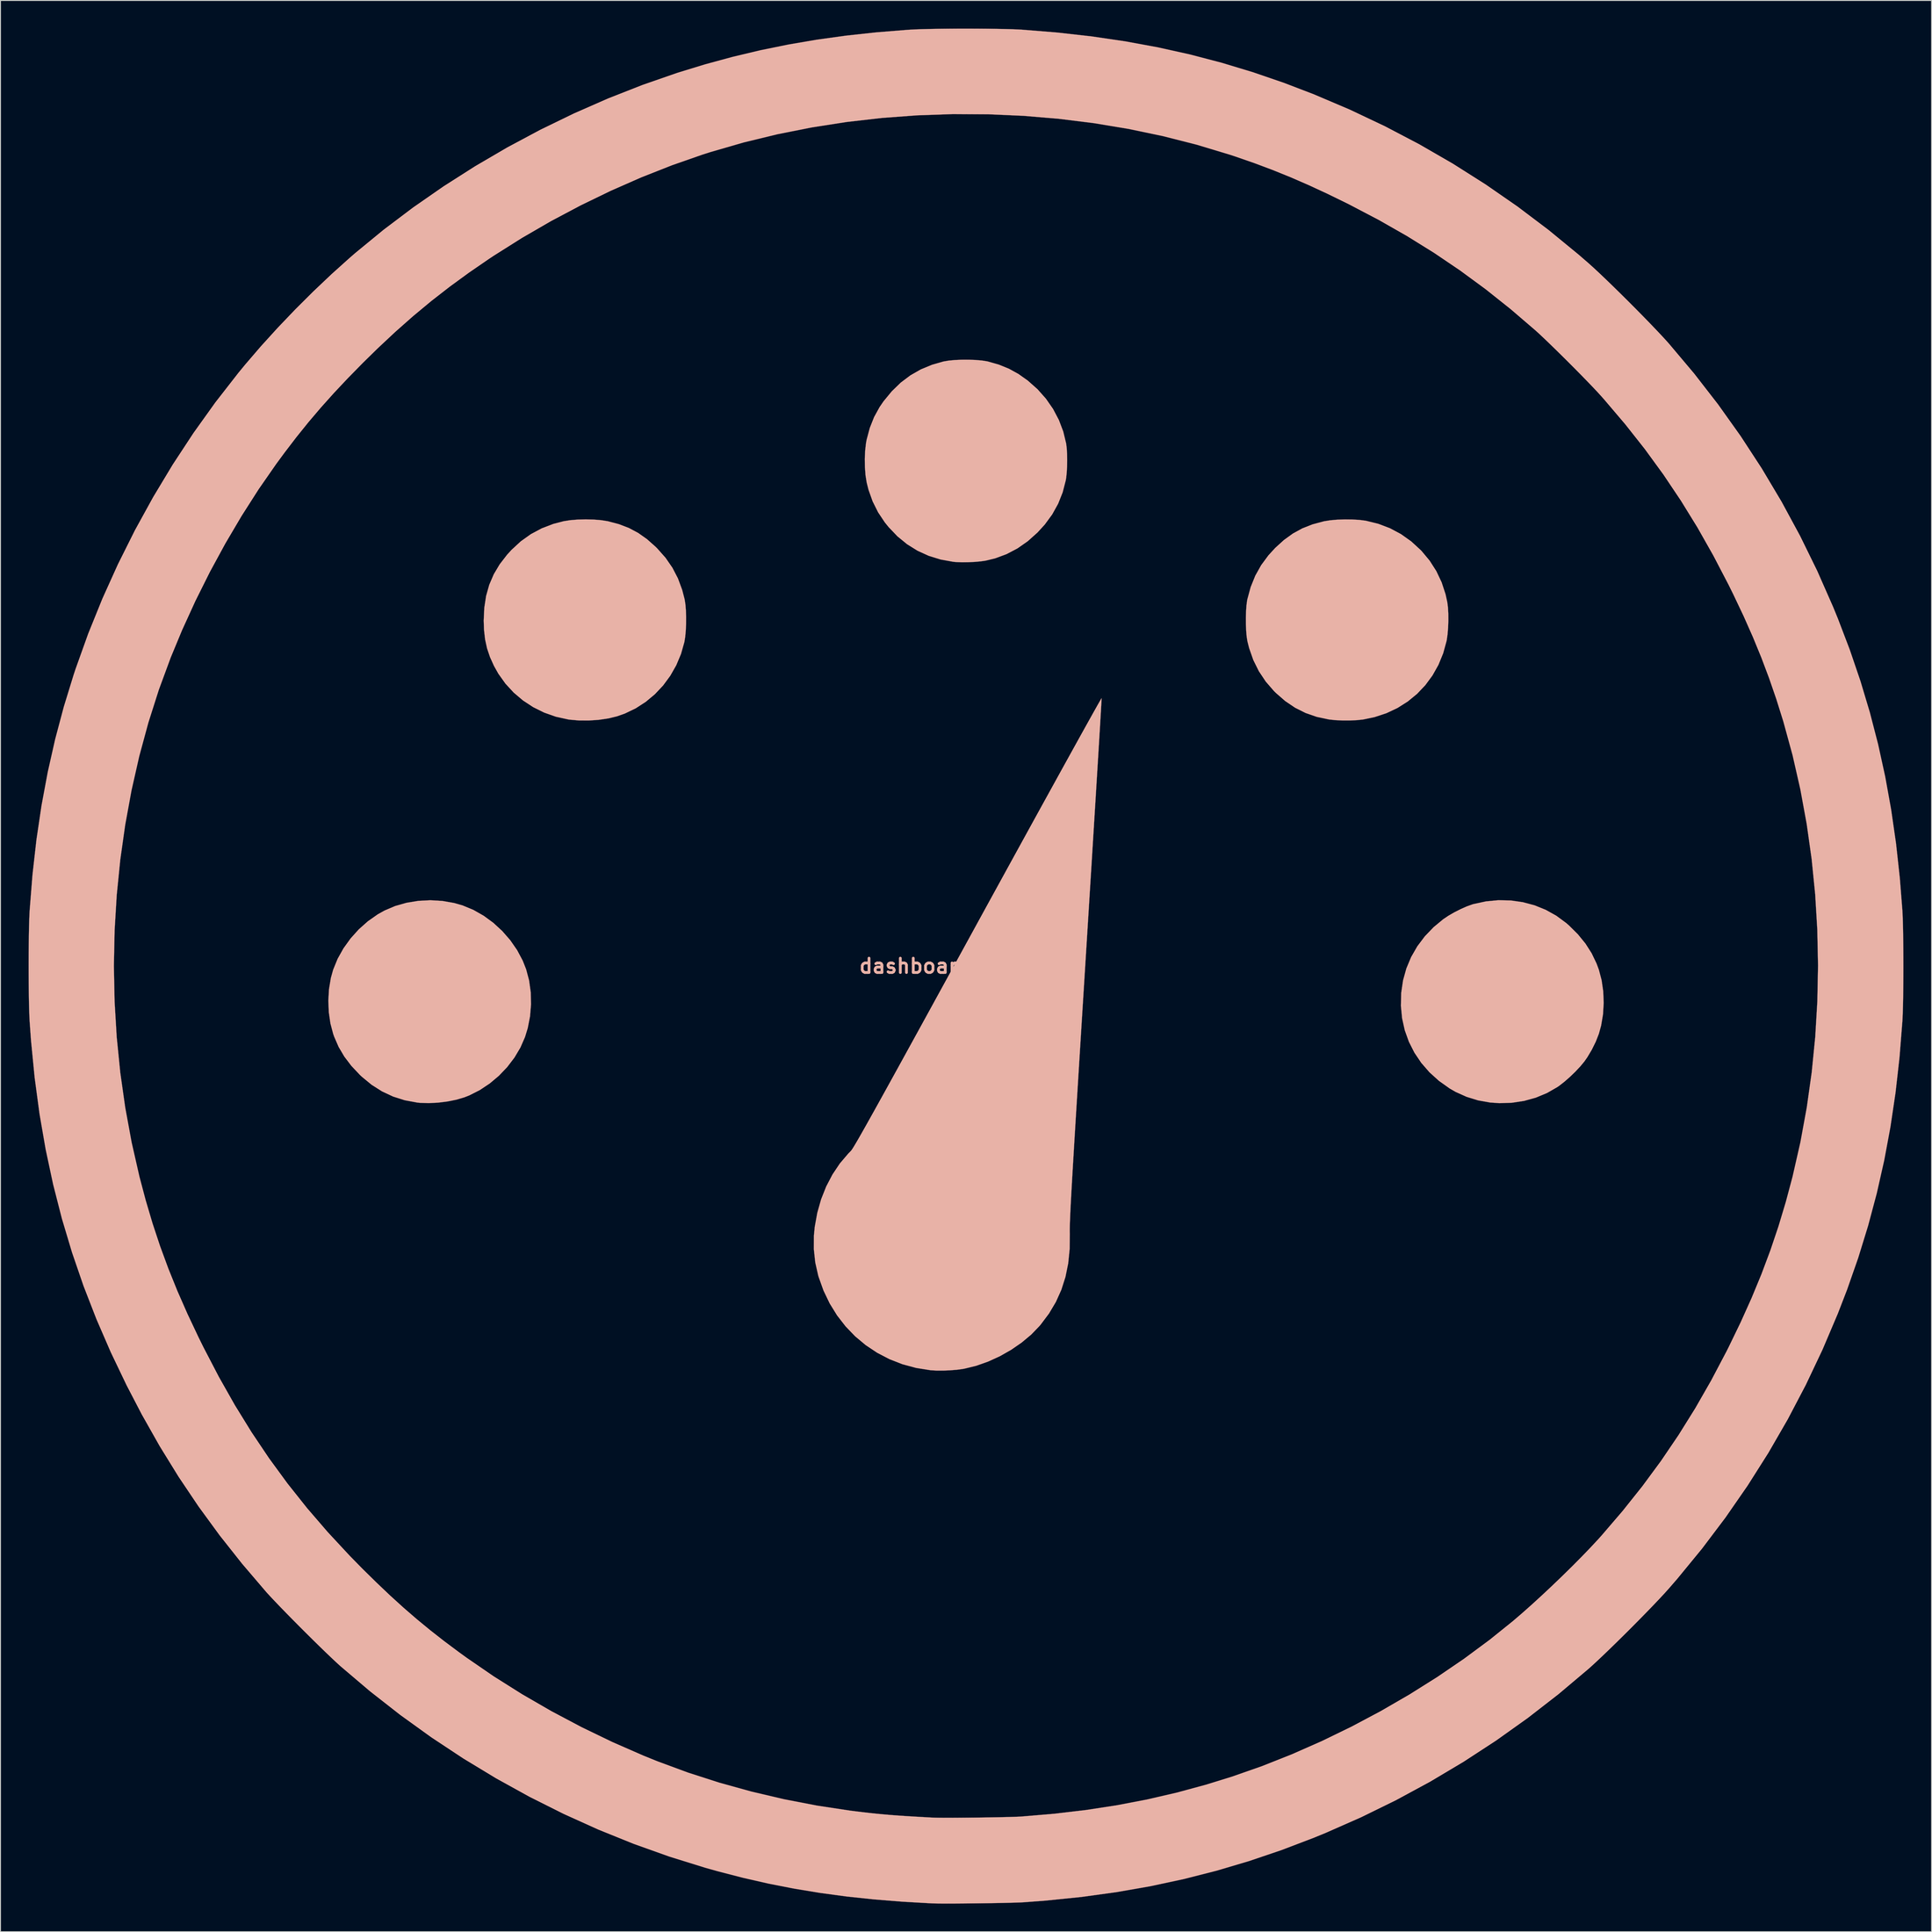
<source format=kicad_pcb>
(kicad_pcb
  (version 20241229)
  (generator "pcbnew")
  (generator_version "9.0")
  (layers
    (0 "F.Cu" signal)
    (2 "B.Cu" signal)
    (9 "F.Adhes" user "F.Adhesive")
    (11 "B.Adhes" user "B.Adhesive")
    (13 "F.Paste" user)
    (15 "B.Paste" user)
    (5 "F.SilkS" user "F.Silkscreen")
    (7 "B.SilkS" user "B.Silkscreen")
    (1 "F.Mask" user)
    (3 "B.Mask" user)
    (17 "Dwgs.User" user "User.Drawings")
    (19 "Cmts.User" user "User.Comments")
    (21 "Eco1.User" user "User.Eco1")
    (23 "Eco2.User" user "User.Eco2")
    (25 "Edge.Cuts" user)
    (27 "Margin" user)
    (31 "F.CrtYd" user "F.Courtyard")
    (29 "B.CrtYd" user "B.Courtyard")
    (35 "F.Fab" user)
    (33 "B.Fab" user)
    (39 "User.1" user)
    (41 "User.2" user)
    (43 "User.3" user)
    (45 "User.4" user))
  (footprint "dashboard_20x20_B"
    (layer "F.Cu")
    (at 99.948 99.95)
    (property "Reference" "dashboard_20x20_B" (at 0 0 0) (layer "B.SilkS") (effects (font (size 1.524 1.524) (thickness 0.3))))
    (attr through_hole)
    (fp_poly (pts (xy -55.828 -6.938) (xy -54.576 -6.718) (xy -53.679 -6.461) (xy -52.527 -5.984) (xy -51.425 -5.357) (xy -50.392 -4.599) (xy -49.443 -3.725) (xy -48.595 -2.752) (xy -47.864 -1.697) (xy -47.268 -0.577) (xy -46.903 0.345) (xy -46.587 1.533) (xy -46.412 2.784) (xy -46.378 4.068) (xy -46.484 5.355) (xy -46.73 6.616) (xy -47.02 7.566) (xy -47.51 8.688) (xy -48.149 9.763) (xy -48.918 10.771) (xy -49.8 11.695) (xy -50.777 12.517) (xy -51.831 13.22) (xy -52.944 13.785) (xy -53.49 14) (xy -54.341 14.252) (xy -55.295 14.443) (xy -56.297 14.567) (xy -57.289 14.617) (xy -58.215 14.588) (xy -58.518 14.557) (xy -59.837 14.313) (xy -61.085 13.917) (xy -62.263 13.366) (xy -63.375 12.661) (xy -64.423 11.798) (xy -64.63 11.603) (xy -65.535 10.642) (xy -66.283 9.657) (xy -66.89 8.628) (xy -67.366 7.534) (xy -67.471 7.237) (xy -67.767 6.116) (xy -67.94 4.92) (xy -67.99 3.689) (xy -67.917 2.462) (xy -67.72 1.28) (xy -67.473 0.391) (xy -66.998 -0.77) (xy -66.373 -1.888) (xy -65.615 -2.94) (xy -64.744 -3.908) (xy -63.775 -4.77) (xy -62.727 -5.507) (xy -61.991 -5.919) (xy -60.858 -6.399) (xy -59.65 -6.743) (xy -58.391 -6.948) (xy -57.108 -7.014) (xy -55.828 -6.938)) (stroke (width 0.01) (type solid)) (fill yes) (layer "B.SilkS"))
    (fp_poly (pts (xy 58.085 -6.989) (xy 59.374 -6.805) (xy 60.622 -6.471) (xy 61.815 -5.988) (xy 62.941 -5.36) (xy 63.986 -4.59) (xy 64.28 -4.334) (xy 65.241 -3.38) (xy 66.044 -2.395) (xy 66.703 -1.363) (xy 67.229 -0.266) (xy 67.473 0.391) (xy 67.769 1.509) (xy 67.941 2.703) (xy 67.99 3.934) (xy 67.916 5.161) (xy 67.718 6.345) (xy 67.471 7.237) (xy 67.143 8.072) (xy 66.72 8.929) (xy 66.24 9.734) (xy 65.931 10.175) (xy 65.503 10.693) (xy 64.978 11.253) (xy 64.4 11.812) (xy 63.811 12.328) (xy 63.255 12.763) (xy 63.048 12.906) (xy 61.939 13.542) (xy 60.749 14.035) (xy 59.496 14.382) (xy 58.195 14.579) (xy 56.865 14.621) (xy 55.867 14.551) (xy 54.6 14.325) (xy 53.37 13.945) (xy 52.206 13.422) (xy 51.564 13.052) (xy 50.424 12.241) (xy 49.416 11.33) (xy 48.544 10.327) (xy 47.812 9.24) (xy 47.224 8.079) (xy 46.784 6.852) (xy 46.498 5.568) (xy 46.37 4.236) (xy 46.404 2.865) (xy 46.405 2.851) (xy 46.6 1.527) (xy 46.955 0.254) (xy 47.463 -0.958) (xy 48.12 -2.101) (xy 48.921 -3.166) (xy 49.861 -4.145) (xy 50.88 -4.988) (xy 51.425 -5.355) (xy 52.059 -5.722) (xy 52.731 -6.063) (xy 53.388 -6.354) (xy 53.979 -6.567) (xy 54.102 -6.604) (xy 55.436 -6.891) (xy 56.768 -7.018) (xy 58.085 -6.989)) (stroke (width 0.01) (type solid)) (fill yes) (layer "B.SilkS"))
    (fp_poly (pts (xy -39.688 -47.602) (xy -38.887 -47.535) (xy -38.201 -47.426) (xy -37.015 -47.114) (xy -35.943 -46.703) (xy -34.955 -46.176) (xy -34.021 -45.518) (xy -33.109 -44.71) (xy -32.925 -44.527) (xy -32.04 -43.529) (xy -31.308 -42.47) (xy -30.718 -41.335) (xy -30.264 -40.107) (xy -30.001 -39.096) (xy -29.919 -38.575) (xy -29.866 -37.934) (xy -29.842 -37.22) (xy -29.846 -36.478) (xy -29.879 -35.756) (xy -29.939 -35.1) (xy -30.026 -34.557) (xy -30.029 -34.544) (xy -30.389 -33.275) (xy -30.894 -32.072) (xy -31.533 -30.949) (xy -32.295 -29.916) (xy -33.17 -28.985) (xy -34.148 -28.169) (xy -35.216 -27.478) (xy -36.367 -26.924) (xy -37.197 -26.63) (xy -38.12 -26.404) (xy -39.143 -26.252) (xy -40.212 -26.176) (xy -41.27 -26.181) (xy -42.264 -26.269) (xy -42.418 -26.292) (xy -43.727 -26.581) (xy -44.973 -27.02) (xy -46.146 -27.601) (xy -47.233 -28.314) (xy -48.222 -29.151) (xy -49.101 -30.104) (xy -49.859 -31.165) (xy -50.33 -32.004) (xy -50.755 -32.947) (xy -51.067 -33.873) (xy -51.275 -34.826) (xy -51.391 -35.849) (xy -51.423 -36.83) (xy -51.361 -38.196) (xy -51.166 -39.466) (xy -50.83 -40.653) (xy -50.35 -41.77) (xy -49.72 -42.83) (xy -48.935 -43.847) (xy -48.453 -44.375) (xy -47.465 -45.285) (xy -46.395 -46.047) (xy -45.239 -46.665) (xy -43.993 -47.141) (xy -42.903 -47.425) (xy -42.206 -47.536) (xy -41.402 -47.602) (xy -40.544 -47.624) (xy -39.688 -47.602)) (stroke (width 0.01) (type solid)) (fill yes) (layer "B.SilkS"))
    (fp_poly (pts (xy 1.008 -64.62) (xy 1.679 -64.563) (xy 2.239 -64.476) (xy 2.328 -64.456) (xy 3.507 -64.119) (xy 4.579 -63.683) (xy 5.586 -63.127) (xy 6.57 -62.432) (xy 6.601 -62.407) (xy 7.625 -61.498) (xy 8.521 -60.489) (xy 9.282 -59.393) (xy 9.9 -58.22) (xy 10.369 -56.984) (xy 10.677 -55.711) (xy 10.739 -55.216) (xy 10.775 -54.605) (xy 10.786 -53.93) (xy 10.774 -53.241) (xy 10.737 -52.59) (xy 10.677 -52.028) (xy 10.638 -51.793) (xy 10.304 -50.505) (xy 9.822 -49.293) (xy 9.187 -48.15) (xy 8.397 -47.073) (xy 7.623 -46.225) (xy 6.59 -45.301) (xy 5.493 -44.534) (xy 4.334 -43.924) (xy 3.114 -43.471) (xy 2.101 -43.224) (xy 1.568 -43.146) (xy 0.932 -43.089) (xy 0.249 -43.056) (xy -0.421 -43.048) (xy -1.022 -43.069) (xy -1.355 -43.099) (xy -2.707 -43.344) (xy -3.98 -43.739) (xy -5.17 -44.281) (xy -6.279 -44.972) (xy -7.306 -45.811) (xy -8.249 -46.798) (xy -8.657 -47.304) (xy -9.37 -48.373) (xy -9.953 -49.539) (xy -10.395 -50.782) (xy -10.591 -51.562) (xy -10.711 -52.315) (xy -10.777 -53.169) (xy -10.792 -54.065) (xy -10.753 -54.945) (xy -10.662 -55.751) (xy -10.596 -56.111) (xy -10.257 -57.374) (xy -9.799 -58.529) (xy -9.212 -59.597) (xy -8.794 -60.207) (xy -7.908 -61.282) (xy -6.956 -62.205) (xy -5.928 -62.979) (xy -4.817 -63.613) (xy -3.613 -64.11) (xy -2.413 -64.454) (xy -1.874 -64.547) (xy -1.216 -64.611) (xy -0.486 -64.644) (xy 0.271 -64.647) (xy 1.008 -64.62)) (stroke (width 0.01) (type solid)) (fill yes) (layer "B.SilkS"))
    (fp_poly (pts (xy 41.185 -47.611) (xy 41.942 -47.566) (xy 42.597 -47.482) (xy 42.635 -47.475) (xy 43.962 -47.149) (xy 45.211 -46.673) (xy 46.38 -46.048) (xy 47.469 -45.274) (xy 48.476 -44.351) (xy 48.576 -44.247) (xy 49.431 -43.222) (xy 50.145 -42.107) (xy 50.712 -40.91) (xy 51.129 -39.641) (xy 51.318 -38.777) (xy 51.388 -38.216) (xy 51.424 -37.541) (xy 51.428 -36.806) (xy 51.4 -36.062) (xy 51.343 -35.363) (xy 51.257 -34.761) (xy 51.235 -34.651) (xy 50.875 -33.342) (xy 50.372 -32.116) (xy 49.735 -30.982) (xy 48.971 -29.946) (xy 48.09 -29.018) (xy 47.099 -28.206) (xy 46.008 -27.516) (xy 44.825 -26.958) (xy 43.559 -26.54) (xy 42.333 -26.285) (xy 41.672 -26.214) (xy 40.91 -26.179) (xy 40.115 -26.181) (xy 39.351 -26.218) (xy 38.684 -26.292) (xy 38.671 -26.294) (xy 37.392 -26.568) (xy 36.201 -26.982) (xy 35.085 -27.542) (xy 34.034 -28.253) (xy 33.036 -29.122) (xy 32.836 -29.32) (xy 31.964 -30.326) (xy 31.229 -31.428) (xy 30.636 -32.622) (xy 30.187 -33.902) (xy 30.004 -34.629) (xy 29.926 -35.117) (xy 29.873 -35.726) (xy 29.843 -36.41) (xy 29.839 -37.122) (xy 29.858 -37.817) (xy 29.903 -38.449) (xy 29.972 -38.972) (xy 29.995 -39.09) (xy 30.353 -40.404) (xy 30.843 -41.616) (xy 31.472 -42.741) (xy 32.247 -43.79) (xy 32.972 -44.581) (xy 33.899 -45.423) (xy 34.851 -46.111) (xy 35.855 -46.661) (xy 36.942 -47.089) (xy 38.14 -47.411) (xy 38.201 -47.424) (xy 38.833 -47.525) (xy 39.576 -47.591) (xy 40.378 -47.619) (xy 41.185 -47.611)) (stroke (width 0.01) (type solid)) (fill yes) (layer "B.SilkS"))
    (fp_poly (pts (xy 14.456 -28.463) (xy 14.443 -28.205) (xy 14.419 -27.791) (xy 14.386 -27.226) (xy 14.344 -26.517) (xy 14.294 -25.671) (xy 14.235 -24.694) (xy 14.168 -23.591) (xy 14.094 -22.371) (xy 14.012 -21.037) (xy 13.924 -19.598) (xy 13.83 -18.058) (xy 13.729 -16.426) (xy 13.623 -14.706) (xy 13.512 -12.905) (xy 13.396 -11.029) (xy 13.275 -9.085) (xy 13.15 -7.08) (xy 13.022 -5.018) (xy 12.891 -2.907) (xy 12.756 -0.752) (xy 12.752 -0.677) (xy 12.589 1.925) (xy 12.437 4.364) (xy 12.295 6.645) (xy 12.163 8.774) (xy 12.04 10.756) (xy 11.926 12.597) (xy 11.821 14.302) (xy 11.724 15.877) (xy 11.636 17.327) (xy 11.555 18.659) (xy 11.482 19.877) (xy 11.416 20.988) (xy 11.356 21.996) (xy 11.304 22.907) (xy 11.257 23.728) (xy 11.216 24.462) (xy 11.181 25.117) (xy 11.151 25.697) (xy 11.126 26.208) (xy 11.106 26.656) (xy 11.09 27.047) (xy 11.078 27.385) (xy 11.069 27.676) (xy 11.064 27.926) (xy 11.062 28.141) (xy 11.062 28.325) (xy 11.065 28.486) (xy 11.067 28.536) (xy 11.051 30.164) (xy 10.897 31.698) (xy 10.603 33.146) (xy 10.166 34.515) (xy 9.583 35.812) (xy 8.852 37.044) (xy 7.971 38.218) (xy 7.836 38.379) (xy 6.954 39.293) (xy 5.936 40.145) (xy 4.812 40.92) (xy 3.609 41.603) (xy 2.354 42.176) (xy 1.077 42.626) (xy -0.196 42.936) (xy -0.356 42.964) (xy -0.985 43.048) (xy -1.702 43.106) (xy -2.443 43.136) (xy -3.148 43.134) (xy -3.753 43.099) (xy -3.789 43.095) (xy -5.312 42.853) (xy -6.772 42.459) (xy -8.16 41.917) (xy -9.468 41.237) (xy -10.689 40.423) (xy -11.814 39.484) (xy -12.834 38.425) (xy -13.743 37.255) (xy -14.532 35.979) (xy -15.192 34.604) (xy -15.716 33.138) (xy -15.761 32.986) (xy -16.072 31.606) (xy -16.224 30.183) (xy -16.216 28.735) (xy -16.128 27.819) (xy -15.856 26.314) (xy -15.446 24.871) (xy -14.904 23.504) (xy -14.236 22.227) (xy -13.45 21.053) (xy -12.55 19.995) (xy -12.286 19.727) (xy -12.239 19.673) (xy -12.173 19.582) (xy -12.085 19.449) (xy -11.973 19.271) (xy -11.835 19.042) (xy -11.667 18.759) (xy -11.468 18.416) (xy -11.235 18.009) (xy -10.965 17.533) (xy -10.655 16.984) (xy -10.305 16.358) (xy -9.909 15.65) (xy -9.467 14.855) (xy -8.976 13.969) (xy -8.433 12.988) (xy -7.836 11.906) (xy -7.182 10.719) (xy -6.469 9.423) (xy -5.694 8.014) (xy -4.854 6.486) (xy -3.948 4.835) (xy -2.973 3.057) (xy -1.925 1.147) (xy -0.803 -0.9) (xy 0.396 -3.087) (xy 1.27 -4.683) (xy 2.299 -6.561) (xy 3.308 -8.399) (xy 4.292 -10.193) (xy 5.25 -11.937) (xy 6.177 -13.624) (xy 7.071 -15.251) (xy 7.929 -16.81) (xy 8.749 -18.297) (xy 9.526 -19.707) (xy 10.257 -21.033) (xy 10.941 -22.27) (xy 11.573 -23.413) (xy 12.151 -24.457) (xy 12.672 -25.395) (xy 13.133 -26.223) (xy 13.53 -26.934) (xy 13.861 -27.524) (xy 14.122 -27.987) (xy 14.311 -28.317) (xy 14.424 -28.509) (xy 14.46 -28.559) (xy 14.456 -28.463)) (stroke (width 0.01) (type solid)) (fill yes) (layer "B.SilkS"))
    (fp_poly (pts (xy 1.202 -99.942) (xy 2.226 -99.935) (xy 3.196 -99.923) (xy 4.089 -99.906) (xy 4.88 -99.885) (xy 5.544 -99.859) (xy 5.927 -99.838) (xy 9.716 -99.532) (xy 13.389 -99.119) (xy 16.961 -98.594) (xy 20.449 -97.953) (xy 23.869 -97.194) (xy 27.238 -96.313) (xy 30.572 -95.305) (xy 33.888 -94.168) (xy 37.056 -92.955) (xy 40.9 -91.321) (xy 44.658 -89.541) (xy 48.327 -87.617) (xy 51.907 -85.549) (xy 55.397 -83.337) (xy 58.798 -80.982) (xy 62.107 -78.484) (xy 65.325 -75.844) (xy 66.351 -74.955) (xy 66.871 -74.488) (xy 67.487 -73.916) (xy 68.18 -73.257) (xy 68.93 -72.532) (xy 69.719 -71.759) (xy 70.528 -70.957) (xy 71.337 -70.146) (xy 72.128 -69.344) (xy 72.881 -68.57) (xy 73.577 -67.845) (xy 74.197 -67.186) (xy 74.723 -66.613) (xy 74.955 -66.351) (xy 77.641 -63.164) (xy 80.185 -59.884) (xy 82.587 -56.512) (xy 84.846 -53.05) (xy 86.962 -49.497) (xy 88.933 -45.856) (xy 90.76 -42.127) (xy 92.442 -38.31) (xy 92.956 -37.056) (xy 94.227 -33.725) (xy 95.364 -30.389) (xy 96.37 -27.032) (xy 97.249 -23.639) (xy 98.005 -20.193) (xy 98.64 -16.677) (xy 99.159 -13.077) (xy 99.565 -9.375) (xy 99.838 -5.927) (xy 99.867 -5.366) (xy 99.891 -4.661) (xy 99.911 -3.837) (xy 99.926 -2.917) (xy 99.937 -1.927) (xy 99.943 -0.892) (xy 99.945 0.165) (xy 99.942 1.217) (xy 99.934 2.24) (xy 99.922 3.211) (xy 99.905 4.102) (xy 99.883 4.891) (xy 99.857 5.553) (xy 99.838 5.884) (xy 99.531 9.745) (xy 99.108 13.494) (xy 98.565 17.148) (xy 97.899 20.721) (xy 97.106 24.23) (xy 96.183 27.689) (xy 95.128 31.113) (xy 93.936 34.518) (xy 92.955 37.056) (xy 91.321 40.9) (xy 89.541 44.657) (xy 87.616 48.327) (xy 85.548 51.908) (xy 83.335 55.4) (xy 80.979 58.801) (xy 78.481 62.111) (xy 75.841 65.329) (xy 74.955 66.351) (xy 74.488 66.871) (xy 73.916 67.487) (xy 73.257 68.18) (xy 72.532 68.93) (xy 71.759 69.719) (xy 70.957 70.528) (xy 70.146 71.337) (xy 69.344 72.128) (xy 68.57 72.881) (xy 67.845 73.577) (xy 67.186 74.197) (xy 66.613 74.723) (xy 66.351 74.955) (xy 63.166 77.639) (xy 59.886 80.183) (xy 56.512 82.586) (xy 53.047 84.846) (xy 49.492 86.963) (xy 45.85 88.935) (xy 42.12 90.763) (xy 38.306 92.444) (xy 37.056 92.955) (xy 33.624 94.263) (xy 30.183 95.429) (xy 26.717 96.457) (xy 23.213 97.35) (xy 19.654 98.113) (xy 16.025 98.747) (xy 12.312 99.258) (xy 8.5 99.647) (xy 6.138 99.825) (xy 5.784 99.843) (xy 5.286 99.86) (xy 4.667 99.877) (xy 3.951 99.894) (xy 3.162 99.909) (xy 2.321 99.922) (xy 1.452 99.934) (xy 0.578 99.944) (xy -0.278 99.952) (xy -1.092 99.957) (xy -1.843 99.959) (xy -2.505 99.958) (xy -3.058 99.954) (xy -3.476 99.946) (xy -3.641 99.941) (xy -6.803 99.76) (xy -9.83 99.516) (xy -12.746 99.206) (xy -15.573 98.824) (xy -18.336 98.368) (xy -21.057 97.835) (xy -23.759 97.219) (xy -26.468 96.518) (xy -27.793 96.146) (xy -31.641 94.949) (xy -35.445 93.591) (xy -39.199 92.074) (xy -42.898 90.403) (xy -46.533 88.581) (xy -50.1 86.61) (xy -53.591 84.496) (xy -57.001 82.241) (xy -60.323 79.848) (xy -63.551 77.322) (xy -66.679 74.666) (xy -66.717 74.632) (xy -67.135 74.252) (xy -67.651 73.768) (xy -68.247 73.198) (xy -68.905 72.56) (xy -69.606 71.872) (xy -70.332 71.152) (xy -71.066 70.419) (xy -71.788 69.691) (xy -72.481 68.986) (xy -73.125 68.322) (xy -73.704 67.718) (xy -74.199 67.192) (xy -74.592 66.762) (xy -74.631 66.717) (xy -77.178 63.734) (xy -79.573 60.708) (xy -81.829 57.621) (xy -83.956 54.456) (xy -85.969 51.193) (xy -87.878 47.815) (xy -89.497 44.704) (xy -91.184 41.179) (xy -92.714 37.651) (xy -94.091 34.108) (xy -95.317 30.538) (xy -96.397 26.931) (xy -97.332 23.275) (xy -98.126 19.559) (xy -98.782 15.771) (xy -99.302 11.9) (xy -99.69 7.935) (xy -99.838 5.884) (xy -99.867 5.309) (xy -99.891 4.589) (xy -99.911 3.751) (xy -99.926 2.819) (xy -99.936 1.818) (xy -99.942 0.774) (xy -99.943 -0.01) (xy -90.856 -0.01) (xy -90.781 3.783) (xy -90.555 7.571) (xy -90.177 11.345) (xy -89.646 15.094) (xy -88.962 18.811) (xy -88.134 22.449) (xy -87.461 24.989) (xy -86.731 27.449) (xy -85.932 29.86) (xy -85.053 32.25) (xy -84.084 34.649) (xy -83.012 37.087) (xy -81.828 39.593) (xy -81.311 40.64) (xy -79.665 43.801) (xy -77.959 46.817) (xy -76.177 49.706) (xy -74.309 52.488) (xy -72.341 55.178) (xy -70.26 57.796) (xy -68.053 60.358) (xy -65.708 62.883) (xy -64.351 64.267) (xy -62.833 65.76) (xy -61.381 67.138) (xy -59.965 68.424) (xy -58.556 69.643) (xy -57.124 70.82) (xy -55.642 71.98) (xy -54.08 73.147) (xy -53.25 73.749) (xy -50.356 75.737) (xy -47.331 77.643) (xy -44.198 79.454) (xy -40.98 81.158) (xy -37.702 82.742) (xy -34.386 84.193) (xy -32.893 84.797) (xy -29.648 85.996) (xy -26.302 87.073) (xy -22.877 88.023) (xy -19.397 88.84) (xy -15.883 89.518) (xy -12.359 90.053) (xy -11.811 90.122) (xy -11.003 90.22) (xy -10.249 90.307) (xy -9.522 90.383) (xy -8.797 90.452) (xy -8.047 90.516) (xy -7.248 90.576) (xy -6.372 90.635) (xy -5.395 90.694) (xy -4.289 90.757) (xy -3.556 90.797) (xy -3.248 90.807) (xy -2.793 90.814) (xy -2.214 90.816) (xy -1.535 90.816) (xy -0.779 90.812) (xy 0.033 90.806) (xy 0.876 90.798) (xy 1.728 90.787) (xy 2.567 90.774) (xy 3.368 90.76) (xy 4.11 90.744) (xy 4.769 90.727) (xy 5.323 90.71) (xy 5.749 90.692) (xy 5.927 90.681) (xy 9.421 90.385) (xy 12.799 89.987) (xy 16.081 89.483) (xy 19.288 88.869) (xy 22.443 88.141) (xy 25.565 87.295) (xy 28.363 86.43) (xy 31.555 85.312) (xy 34.756 84.043) (xy 37.948 82.635) (xy 41.111 81.097) (xy 44.227 79.44) (xy 47.277 77.675) (xy 50.241 75.812) (xy 53.102 73.861) (xy 55.84 71.834) (xy 58.293 69.86) (xy 59.26 69.032) (xy 60.294 68.114) (xy 61.37 67.13) (xy 62.467 66.103) (xy 63.559 65.054) (xy 64.624 64.009) (xy 65.636 62.988) (xy 66.574 62.015) (xy 67.413 61.113) (xy 67.763 60.724) (xy 70.011 58.103) (xy 72.119 55.459) (xy 74.102 52.768) (xy 75.974 50.008) (xy 77.753 47.156) (xy 79.452 44.19) (xy 81.087 41.087) (xy 81.312 40.64) (xy 82.599 37.981) (xy 83.763 35.394) (xy 84.815 32.848) (xy 85.765 30.314) (xy 86.626 27.76) (xy 87.409 25.158) (xy 88.125 22.476) (xy 88.138 22.423) (xy 88.968 18.777) (xy 89.646 15.076) (xy 90.173 11.331) (xy 90.548 7.554) (xy 90.772 3.756) (xy 90.845 -0.053) (xy 90.768 -3.859) (xy 90.541 -7.654) (xy 90.163 -11.424) (xy 89.635 -15.159) (xy 88.958 -18.848) (xy 88.131 -22.479) (xy 87.155 -26.042) (xy 87.123 -26.148) (xy 86.401 -28.451) (xy 85.631 -30.685) (xy 84.801 -32.887) (xy 83.896 -35.09) (xy 82.903 -37.328) (xy 81.808 -39.636) (xy 81.312 -40.64) (xy 79.681 -43.769) (xy 77.989 -46.759) (xy 76.218 -49.63) (xy 74.355 -52.407) (xy 72.384 -55.111) (xy 70.29 -57.764) (xy 68.057 -60.39) (xy 67.702 -60.791) (xy 67.312 -61.218) (xy 66.82 -61.74) (xy 66.245 -62.339) (xy 65.607 -62.994) (xy 64.926 -63.684) (xy 64.223 -64.389) (xy 63.518 -65.09) (xy 62.831 -65.766) (xy 62.181 -66.397) (xy 61.59 -66.963) (xy 61.078 -67.444) (xy 60.706 -67.781) (xy 58.071 -70.041) (xy 55.405 -72.163) (xy 52.686 -74.16) (xy 49.893 -76.049) (xy 47.005 -77.843) (xy 43.999 -79.556) (xy 40.854 -81.204) (xy 40.64 -81.312) (xy 38.552 -82.332) (xy 36.557 -83.256) (xy 34.617 -84.1) (xy 32.697 -84.877) (xy 30.76 -85.604) (xy 28.77 -86.295) (xy 28.109 -86.513) (xy 24.589 -87.575) (xy 20.998 -88.488) (xy 17.349 -89.252) (xy 13.65 -89.867) (xy 9.914 -90.332) (xy 6.149 -90.649) (xy 2.367 -90.816) (xy -1.421 -90.834) (xy -5.206 -90.703) (xy -8.977 -90.423) (xy -12.724 -89.994) (xy -16.436 -89.416) (xy -20.102 -88.688) (xy -23.712 -87.811) (xy -27.255 -86.786) (xy -28.109 -86.513) (xy -31.352 -85.38) (xy -34.611 -84.094) (xy -37.863 -82.665) (xy -41.084 -81.104) (xy -44.253 -79.423) (xy -47.346 -77.632) (xy -50.341 -75.744) (xy -50.842 -75.412) (xy -52.997 -73.931) (xy -55.045 -72.436) (xy -57.016 -70.903) (xy -58.939 -69.306) (xy -60.845 -67.622) (xy -62.764 -65.826) (xy -64.309 -64.309) (xy -65.907 -62.681) (xy -67.387 -61.107) (xy -68.776 -59.557) (xy -70.101 -57.999) (xy -71.389 -56.4) (xy -72.667 -54.73) (xy -73.544 -53.538) (xy -75.419 -50.84) (xy -77.231 -48.004) (xy -78.969 -45.058) (xy -80.617 -42.026) (xy -82.161 -38.933) (xy -83.588 -35.807) (xy -84.797 -32.893) (xy -86.062 -29.461) (xy -87.18 -25.952) (xy -88.151 -22.375) (xy -88.974 -18.74) (xy -89.649 -15.056) (xy -90.175 -11.332) (xy -90.552 -7.577) (xy -90.779 -3.8) (xy -90.856 -0.01) (xy -99.943 -0.01) (xy -99.943 -0.289) (xy -99.94 -1.345) (xy -99.931 -2.369) (xy -99.918 -3.335) (xy -99.901 -4.22) (xy -99.879 -4.997) (xy -99.852 -5.641) (xy -99.838 -5.884) (xy -99.532 -9.735) (xy -99.11 -13.476) (xy -98.568 -17.122) (xy -97.903 -20.689) (xy -97.112 -24.19) (xy -96.193 -27.642) (xy -95.143 -31.06) (xy -94.942 -31.665) (xy -93.592 -35.434) (xy -92.082 -39.163) (xy -90.42 -42.841) (xy -88.612 -46.459) (xy -86.662 -50.004) (xy -84.579 -53.465) (xy -82.367 -56.833) (xy -80.033 -60.095) (xy -77.582 -63.241) (xy -76.847 -64.135) (xy -75.183 -66.072) (xy -73.396 -68.039) (xy -71.521 -70.001) (xy -69.59 -71.925) (xy -67.638 -73.775) (xy -65.699 -75.518) (xy -65.113 -76.025) (xy -62.095 -78.503) (xy -58.952 -80.875) (xy -55.698 -83.134) (xy -52.343 -85.272) (xy -48.899 -87.285) (xy -45.379 -89.166) (xy -41.793 -90.907) (xy -38.154 -92.504) (xy -34.474 -93.949) (xy -30.764 -95.237) (xy -27.823 -96.137) (xy -24.868 -96.94) (xy -21.915 -97.643) (xy -18.938 -98.25) (xy -15.912 -98.767) (xy -12.811 -99.197) (xy -9.611 -99.545) (xy -6.286 -99.814) (xy -5.927 -99.838) (xy -5.369 -99.867) (xy -4.666 -99.891) (xy -3.844 -99.911) (xy -2.926 -99.927) (xy -1.938 -99.937) (xy -0.904 -99.944) (xy 0.151 -99.945) (xy 1.202 -99.942)) (stroke (width 0.01) (type solid)) (fill yes) (layer "B.SilkS")))
  (gr_rect
    (start -3 -3)
    (end 202.898 202.914)
    (stroke (width 0.1) (type default))
    (fill no)
    (layer "Edge.Cuts")))
</source>
